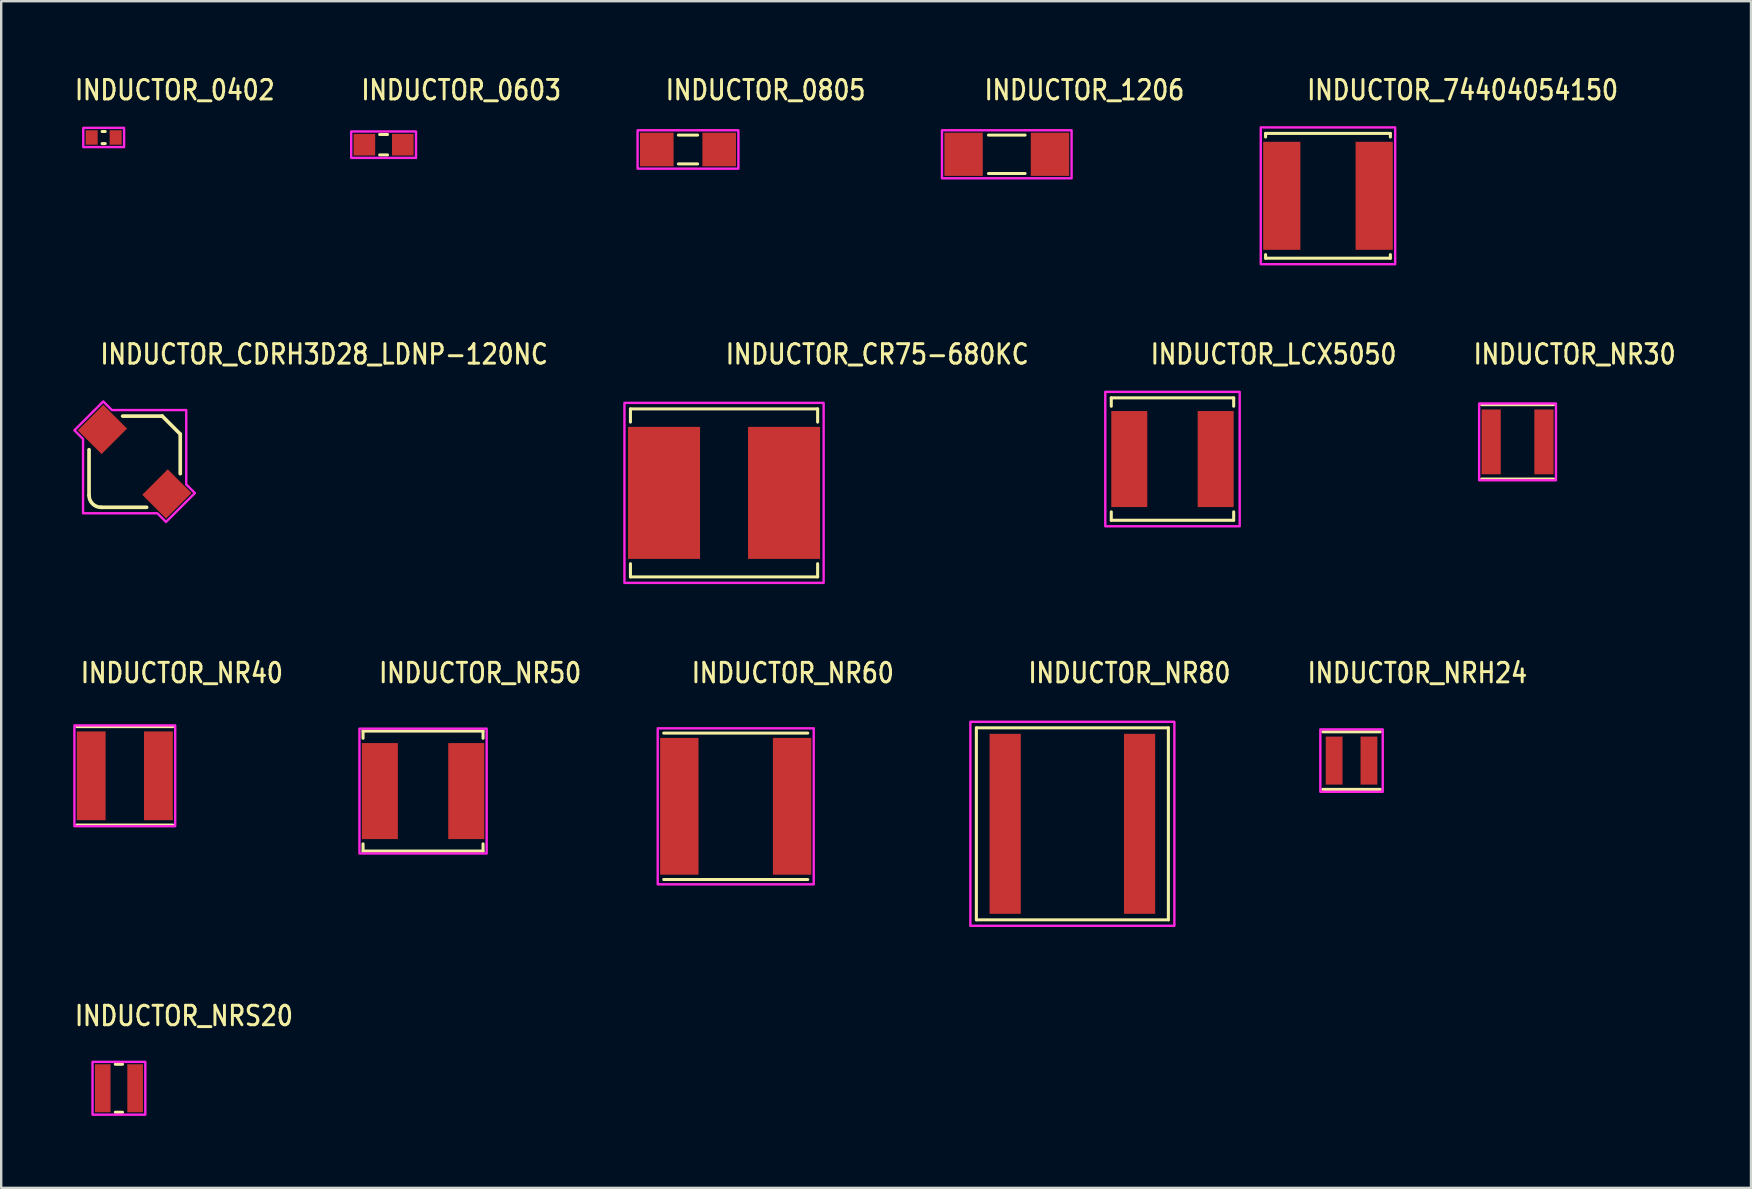
<source format=kicad_pcb>
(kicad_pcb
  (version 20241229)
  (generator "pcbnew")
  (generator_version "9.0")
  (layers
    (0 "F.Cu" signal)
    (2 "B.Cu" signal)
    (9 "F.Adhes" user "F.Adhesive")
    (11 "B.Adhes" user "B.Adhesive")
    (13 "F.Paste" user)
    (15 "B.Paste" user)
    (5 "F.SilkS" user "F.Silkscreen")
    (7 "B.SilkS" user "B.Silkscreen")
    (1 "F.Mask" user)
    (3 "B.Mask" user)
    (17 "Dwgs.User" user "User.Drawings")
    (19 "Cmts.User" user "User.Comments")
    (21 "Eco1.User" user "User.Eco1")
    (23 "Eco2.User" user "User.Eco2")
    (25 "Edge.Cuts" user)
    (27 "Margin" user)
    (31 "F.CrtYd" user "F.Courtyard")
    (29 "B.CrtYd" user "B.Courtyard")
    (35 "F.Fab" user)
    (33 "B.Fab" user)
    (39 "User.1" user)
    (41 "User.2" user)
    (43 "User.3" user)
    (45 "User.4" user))
  (footprint "INDUCTOR_NR50"
    (layer "F.Cu")
    (at 14.577 29.911)
    (property "Reference" "INDUCTOR_NR50" (at -1.905 -4.445 0) (unlocked yes) (layer "F.SilkS") (effects (font (size 0.813 0.695) (thickness 0.122)) (justify left bottom)))
    (fp_line (start -2.5 -2.5) (end -2.5 -2.2) (stroke (width 0.127) (type solid)) (layer "F.SilkS"))
    (fp_line (start -2.5 -2.5) (end 2.5 -2.5) (stroke (width 0.127) (type solid)) (layer "F.SilkS"))
    (fp_line (start -2.5 2.5) (end -2.5 2.2) (stroke (width 0.127) (type solid)) (layer "F.SilkS"))
    (fp_line (start -2.5 2.5) (end 2.5 2.5) (stroke (width 0.127) (type solid)) (layer "F.SilkS"))
    (fp_line (start 2.5 -2.5) (end 2.5 -2.2) (stroke (width 0.127) (type solid)) (layer "F.SilkS"))
    (fp_line (start 2.5 2.5) (end 2.5 2.2) (stroke (width 0.127) (type solid)) (layer "F.SilkS"))
    (fp_poly (pts (xy -2.65 -2.6) (xy 2.65 -2.6) (xy 2.65 2.6) (xy -2.65 2.6)) (stroke (width 0.1) (type solid)) (fill no) (layer "F.CrtYd"))
    (pad "1" smd rect (at 1.8 0) (size 1.5 4) (layers "F.Cu" "F.Mask" "F.Paste"))
    (pad "2" smd rect (at -1.8 0) (size 1.5 4) (layers "F.Cu" "F.Mask" "F.Paste")))
  (footprint "INDUCTOR_NR60"
    (layer "F.Cu")
    (at 27.605 30.546)
    (property "Reference" "INDUCTOR_NR60" (at -1.905 -5.08 0) (unlocked yes) (layer "F.SilkS") (effects (font (size 0.813 0.695) (thickness 0.122)) (justify left bottom)))
    (fp_line (start -3 -3.05) (end 3 -3.05) (stroke (width 0.127) (type solid)) (layer "F.SilkS"))
    (fp_line (start -3 3.05) (end 3 3.05) (stroke (width 0.127) (type solid)) (layer "F.SilkS"))
    (fp_poly (pts (xy -3.25 -3.25) (xy 3.25 -3.25) (xy 3.25 3.25) (xy -3.25 3.25)) (stroke (width 0.1) (type solid)) (fill no) (layer "F.CrtYd"))
    (pad "1" smd rect (at 2.35 0) (size 1.6 5.7) (layers "F.Cu" "F.Mask" "F.Paste"))
    (pad "2" smd rect (at -2.35 0) (size 1.6 5.7) (layers "F.Cu" "F.Mask" "F.Paste")))
  (footprint "INDUCTOR_NRS20"
    (layer "F.Cu")
    (at 1.905 42.294)
    (property "Reference" "INDUCTOR_NRS20" (at -1.905 -2.54 0) (unlocked yes) (layer "F.SilkS") (effects (font (size 0.813 0.695) (thickness 0.122)) (justify left bottom)))
    (fp_line (start -0.15 -1) (end 0.15 -1) (stroke (width 0.127) (type solid)) (layer "F.SilkS"))
    (fp_line (start -0.15 1) (end 0.15 1) (stroke (width 0.127) (type solid)) (layer "F.SilkS"))
    (fp_poly (pts (xy -1.1 -1.1) (xy 1.1 -1.1) (xy 1.1 1.1) (xy -1.1 1.1)) (stroke (width 0.1) (type solid)) (fill no) (layer "F.CrtYd"))
    (pad "1" smd rect (at 0.675 0) (size 0.65 2) (layers "F.Cu" "F.Mask" "F.Paste"))
    (pad "2" smd rect (at -0.675 0) (size 0.65 2) (layers "F.Cu" "F.Mask" "F.Paste")))
  (footprint "INDUCTOR_1206"
    (layer "F.Cu")
    (at 38.899 3.379)
    (property "Reference" "INDUCTOR_1206" (at -1 -2.2 0) (unlocked yes) (layer "F.SilkS") (effects (font (size 0.813 0.695) (thickness 0.122)) (justify left bottom)))
    (fp_line (start -0.763 -0.8) (end 0.763 -0.8) (stroke (width 0.127) (type solid)) (layer "F.SilkS"))
    (fp_line (start -0.763 0.8) (end 0.763 0.8) (stroke (width 0.127) (type solid)) (layer "F.SilkS"))
    (fp_poly (pts (xy -2.7 -1) (xy 2.7 -1) (xy 2.7 1) (xy -2.7 1)) (stroke (width 0.1) (type solid)) (fill no) (layer "F.CrtYd"))
    (pad "1" smd rect (at -1.8 0) (size 1.6 1.8) (layers "F.Cu" "F.Mask" "F.Paste"))
    (pad "2" smd rect (at 1.8 0) (size 1.6 1.8) (layers "F.Cu" "F.Mask" "F.Paste")))
  (footprint "INDUCTOR_0603"
    (layer "F.Cu")
    (at 12.933 2.979)
    (property "Reference" "INDUCTOR_0603" (at -1 -1.8 0) (unlocked yes) (layer "F.SilkS") (effects (font (size 0.813 0.695) (thickness 0.122)) (justify left bottom)))
    (fp_line (start -0.164 -0.425) (end 0.164 -0.425) (stroke (width 0.127) (type solid)) (layer "F.SilkS"))
    (fp_line (start -0.164 0.425) (end 0.164 0.425) (stroke (width 0.127) (type solid)) (layer "F.SilkS"))
    (fp_poly (pts (xy -1.35 -0.55) (xy 1.35 -0.55) (xy 1.35 0.55) (xy -1.35 0.55)) (stroke (width 0.1) (type solid)) (fill no) (layer "F.CrtYd"))
    (pad "1" smd rect (at -0.8 0) (size 0.9 0.9) (layers "F.Cu" "F.Mask" "F.Paste"))
    (pad "2" smd rect (at 0.8 0) (size 0.9 0.9) (layers "F.Cu" "F.Mask" "F.Paste")))
  (footprint "INDUCTOR_CR75-680KC"
    (layer "F.Cu")
    (at 27.118 17.487)
    (property "Reference" "INDUCTOR_CR75-680KC" (at 0 -5.3 0) (unlocked yes) (layer "F.SilkS") (effects (font (size 0.813 0.695) (thickness 0.122)) (justify left bottom)))
    (fp_line (start -3.9 -3.5) (end -3.9 -2.95) (stroke (width 0.127) (type solid)) (layer "F.SilkS"))
    (fp_line (start -3.9 -3.5) (end 3.9 -3.5) (stroke (width 0.127) (type solid)) (layer "F.SilkS"))
    (fp_line (start -3.9 2.95) (end -3.9 3.5) (stroke (width 0.127) (type solid)) (layer "F.SilkS"))
    (fp_line (start 3.9 -3.5) (end 3.9 -2.95) (stroke (width 0.127) (type solid)) (layer "F.SilkS"))
    (fp_line (start 3.9 2.95) (end 3.9 3.5) (stroke (width 0.127) (type solid)) (layer "F.SilkS"))
    (fp_line (start 3.9 3.5) (end -3.9 3.5) (stroke (width 0.127) (type solid)) (layer "F.SilkS"))
    (fp_poly (pts (xy -4.15 -3.75) (xy 4.15 -3.75) (xy 4.15 3.75) (xy -4.15 3.75)) (stroke (width 0.1) (type solid)) (fill no) (layer "F.CrtYd"))
    (pad "1" smd rect (at -2.5 0) (size 3 5.5) (layers "F.Cu" "F.Mask" "F.Paste"))
    (pad "2" smd rect (at 2.5 0) (size 3 5.5) (layers "F.Cu" "F.Mask" "F.Paste")))
  (footprint "INDUCTOR_0402"
    (layer "F.Cu")
    (at 1.27 2.679)
    (property "Reference" "INDUCTOR_0402" (at -1.27 -1.5 0) (unlocked yes) (layer "F.SilkS") (effects (font (size 0.813 0.695) (thickness 0.122)) (justify left bottom)))
    (fp_line (start -0.064 -0.25) (end 0.064 -0.25) (stroke (width 0.127) (type solid)) (layer "F.SilkS"))
    (fp_line (start -0.064 0.254) (end 0.064 0.254) (stroke (width 0.127) (type solid)) (layer "F.SilkS"))
    (fp_poly (pts (xy -0.85 0.4) (xy 0.85 0.4) (xy 0.85 -0.4) (xy -0.85 -0.4)) (stroke (width 0.1) (type solid)) (fill no) (layer "F.CrtYd"))
    (pad "1" smd rect (at -0.5 0) (size 0.5 0.6) (layers "F.Cu" "F.Mask" "F.Paste"))
    (pad "2" smd rect (at 0.5 0) (size 0.5 0.6) (layers "F.Cu" "F.Mask" "F.Paste")))
  (footprint "INDUCTOR_LCX5050"
    (layer "F.Cu")
    (at 45.803 16.077)
    (property "Reference" "INDUCTOR_LCX5050" (at -0.98 -3.89 0) (unlocked yes) (layer "F.SilkS") (effects (font (size 0.813 0.695) (thickness 0.122)) (justify left bottom)))
    (fp_line (start -2.55 -2.55) (end -2.55 -2.2) (stroke (width 0.127) (type solid)) (layer "F.SilkS"))
    (fp_line (start -2.55 -2.55) (end 2.55 -2.55) (stroke (width 0.127) (type solid)) (layer "F.SilkS"))
    (fp_line (start -2.55 2.2) (end -2.55 2.55) (stroke (width 0.127) (type solid)) (layer "F.SilkS"))
    (fp_line (start 2.55 -2.55) (end 2.55 -2.2) (stroke (width 0.127) (type solid)) (layer "F.SilkS"))
    (fp_line (start 2.55 2.2) (end 2.55 2.55) (stroke (width 0.127) (type solid)) (layer "F.SilkS"))
    (fp_line (start 2.55 2.55) (end -2.55 2.55) (stroke (width 0.127) (type solid)) (layer "F.SilkS"))
    (fp_poly (pts (xy -2.8 -2.8) (xy 2.8 -2.8) (xy 2.8 2.8) (xy -2.8 2.8)) (stroke (width 0.1) (type solid)) (fill no) (layer "F.CrtYd"))
    (pad "1" smd rect (at -1.8 0) (size 1.5 4) (layers "F.Cu" "F.Mask" "F.Paste"))
    (pad "2" smd rect (at 1.8 0) (size 1.5 4) (layers "F.Cu" "F.Mask" "F.Paste")))
  (footprint "INDUCTOR_74404054150"
    (layer "F.Cu")
    (at 52.282 5.109)
    (property "Reference" "INDUCTOR_74404054150" (at -0.94 -3.93 0) (unlocked yes) (layer "F.SilkS") (effects (font (size 0.813 0.695) (thickness 0.122)) (justify left bottom)))
    (fp_line (start -2.6 -2.6) (end -2.6 -2.45) (stroke (width 0.127) (type solid)) (layer "F.SilkS"))
    (fp_line (start -2.6 -2.6) (end 2.6 -2.6) (stroke (width 0.127) (type solid)) (layer "F.SilkS"))
    (fp_line (start -2.6 2.45) (end -2.6 2.6) (stroke (width 0.127) (type solid)) (layer "F.SilkS"))
    (fp_line (start 2.6 -2.6) (end 2.6 -2.45) (stroke (width 0.127) (type solid)) (layer "F.SilkS"))
    (fp_line (start 2.6 2.45) (end 2.6 2.6) (stroke (width 0.127) (type solid)) (layer "F.SilkS"))
    (fp_line (start 2.6 2.6) (end -2.6 2.6) (stroke (width 0.127) (type solid)) (layer "F.SilkS"))
    (fp_poly (pts (xy -2.8 2.85) (xy -2.8 -2.85) (xy 2.8 -2.85) (xy 2.8 2.85)) (stroke (width 0.1) (type solid)) (fill no) (layer "F.CrtYd"))
    (pad "1" smd rect (at -1.925 0) (size 1.55 4.5) (layers "F.Cu" "F.Mask" "F.Paste"))
    (pad "2" smd rect (at 1.925 0) (size 1.55 4.5) (layers "F.Cu" "F.Mask" "F.Paste")))
  (footprint "INDUCTOR_NR30"
    (layer "F.Cu")
    (at 60.181 15.362)
    (property "Reference" "INDUCTOR_NR30" (at -1.905 -3.175 0) (unlocked yes) (layer "F.SilkS") (effects (font (size 0.813 0.695) (thickness 0.122)) (justify left bottom)))
    (fp_line (start -1.5 -1.55) (end 1.5 -1.55) (stroke (width 0.127) (type solid)) (layer "F.SilkS"))
    (fp_line (start -1.5 1.55) (end 1.5 1.55) (stroke (width 0.127) (type solid)) (layer "F.SilkS"))
    (fp_poly (pts (xy -1.6 -1.6) (xy 1.6 -1.6) (xy 1.6 1.6) (xy -1.6 1.6)) (stroke (width 0.1) (type solid)) (fill no) (layer "F.CrtYd"))
    (pad "1" smd rect (at 1.1 0) (size 0.8 2.7) (layers "F.Cu" "F.Mask" "F.Paste"))
    (pad "2" smd rect (at -1.1 0) (size 0.8 2.7) (layers "F.Cu" "F.Mask" "F.Paste")))
  (footprint "INDUCTOR_NR80"
    (layer "F.Cu")
    (at 41.632 31.276)
    (property "Reference" "INDUCTOR_NR80" (at -1.905 -5.81 0) (unlocked yes) (layer "F.SilkS") (effects (font (size 0.813 0.695) (thickness 0.122)) (justify left bottom)))
    (fp_line (start -4 -4) (end -4 4) (stroke (width 0.127) (type solid)) (layer "F.SilkS"))
    (fp_line (start -4 -4) (end 4 -4) (stroke (width 0.127) (type solid)) (layer "F.SilkS"))
    (fp_line (start -4 4) (end 4 4) (stroke (width 0.127) (type solid)) (layer "F.SilkS"))
    (fp_line (start 4 -4) (end 4 4) (stroke (width 0.127) (type solid)) (layer "F.SilkS"))
    (fp_poly (pts (xy -4.25 -4.25) (xy 4.25 -4.25) (xy 4.25 4.25) (xy -4.25 4.25)) (stroke (width 0.1) (type solid)) (fill no) (layer "F.CrtYd"))
    (pad "1" smd rect (at 2.8 0) (size 1.3 7.5) (layers "F.Cu" "F.Mask" "F.Paste"))
    (pad "2" smd rect (at -2.8 0) (size 1.3 7.5) (layers "F.Cu" "F.Mask" "F.Paste")))
  (footprint "INDUCTOR_CDRH3D28_LDNP-120NC"
    (layer "F.Cu")
    (at 2.56 16.187)
    (property "Reference" "INDUCTOR_CDRH3D28_LDNP-120NC" (at -1.5 -4 0) (unlocked yes) (layer "F.SilkS") (effects (font (size 0.813 0.695) (thickness 0.122)) (justify left bottom)))
    (fp_line (start -1.9 -0.5) (end -1.9 1.4) (stroke (width 0.152) (type solid)) (layer "F.SilkS"))
    (fp_line (start -1.4 1.9) (end 0.5 1.9) (stroke (width 0.152) (type solid)) (layer "F.SilkS"))
    (fp_line (start -0.5 -1.9) (end 1.15 -1.9) (stroke (width 0.152) (type solid)) (layer "F.SilkS"))
    (fp_line (start 1.15 -1.9) (end 1.9 -1.15) (stroke (width 0.152) (type solid)) (layer "F.SilkS"))
    (fp_line (start 1.9 -1.15) (end 1.9 0.5) (stroke (width 0.152) (type solid)) (layer "F.SilkS"))
    (fp_arc (start -1.4 1.9) (mid -1.753553 1.753553) (end -1.9 1.4) (stroke (width 0.1524) (type solid)) (layer "F.SilkS"))
    (fp_poly (pts (xy -2.51 -1.308) (xy -1.308 -2.51) (xy -0.948 -2.15) (xy 2.15 -2.15) (xy 2.15 0.948) (xy 2.51 1.308) (xy 1.308 2.51) (xy 0.948 2.15) (xy -2.15 2.15) (xy -2.15 -0.948)) (stroke (width 0.1) (type solid)) (fill no) (layer "F.CrtYd"))
    (pad "1" smd rect (at -1.343 -1.343 315) (size 1.4 1.5) (layers "F.Cu" "F.Mask" "F.Paste"))
    (pad "2" smd rect (at 1.343 1.343 315) (size 1.4 1.5) (layers "F.Cu" "F.Mask" "F.Paste")))
  (footprint "INDUCTOR_NR40"
    (layer "F.Cu")
    (at 2.15 29.276)
    (property "Reference" "INDUCTOR_NR40" (at -1.905 -3.81 0) (unlocked yes) (layer "F.SilkS") (effects (font (size 0.813 0.695) (thickness 0.122)) (justify left bottom)))
    (fp_line (start -2 -2.05) (end 2 -2.05) (stroke (width 0.127) (type solid)) (layer "F.SilkS"))
    (fp_line (start -2 2.05) (end 2 2.05) (stroke (width 0.127) (type solid)) (layer "F.SilkS"))
    (fp_poly (pts (xy -2.1 -2.1) (xy 2.1 -2.1) (xy 2.1 2.1) (xy -2.1 2.1)) (stroke (width 0.1) (type solid)) (fill no) (layer "F.CrtYd"))
    (pad "1" smd rect (at 1.4 0) (size 1.2 3.7) (layers "F.Cu" "F.Mask" "F.Paste"))
    (pad "2" smd rect (at -1.4 0) (size 1.2 3.7) (layers "F.Cu" "F.Mask" "F.Paste")))
  (footprint "INDUCTOR_NRH24"
    (layer "F.Cu")
    (at 53.264 28.641)
    (property "Reference" "INDUCTOR_NRH24" (at -1.905 -3.175 0) (unlocked yes) (layer "F.SilkS") (effects (font (size 0.813 0.695) (thickness 0.122)) (justify left bottom)))
    (fp_line (start -1.2 -1.2) (end 1.2 -1.2) (stroke (width 0.127) (type solid)) (layer "F.SilkS"))
    (fp_line (start -1.2 1.2) (end 1.2 1.2) (stroke (width 0.127) (type solid)) (layer "F.SilkS"))
    (fp_poly (pts (xy -1.3 -1.3) (xy 1.3 -1.3) (xy 1.3 1.3) (xy -1.3 1.3)) (stroke (width 0.1) (type solid)) (fill no) (layer "F.CrtYd"))
    (pad "1" smd rect (at 0.725 0) (size 0.7 2) (layers "F.Cu" "F.Mask" "F.Paste"))
    (pad "2" smd rect (at -0.725 0) (size 0.7 2) (layers "F.Cu" "F.Mask" "F.Paste")))
  (footprint "INDUCTOR_0805"
    (layer "F.Cu")
    (at 25.616 3.179)
    (property "Reference" "INDUCTOR_0805" (at -1 -2 0) (unlocked yes) (layer "F.SilkS") (effects (font (size 0.813 0.695) (thickness 0.122)) (justify left bottom)))
    (fp_line (start -0.4 -0.6) (end 0.4 -0.6) (stroke (width 0.127) (type solid)) (layer "F.SilkS"))
    (fp_line (start -0.4 0.6) (end 0.4 0.6) (stroke (width 0.127) (type solid)) (layer "F.SilkS"))
    (fp_poly (pts (xy -2.1 -0.8) (xy 2.1 -0.8) (xy 2.1 0.8) (xy -2.1 0.8)) (stroke (width 0.1) (type solid)) (fill no) (layer "F.CrtYd"))
    (pad "1" smd rect (at -1.3 0) (size 1.4 1.4) (layers "F.Cu" "F.Mask" "F.Paste"))
    (pad "2" smd rect (at 1.3 0) (size 1.4 1.4) (layers "F.Cu" "F.Mask" "F.Paste")))
  (gr_rect
    (start -3 -3)
    (end 69.908 46.444)
    (stroke (width 0.1) (type default))
    (fill no)
    (layer "Edge.Cuts")))
</source>
